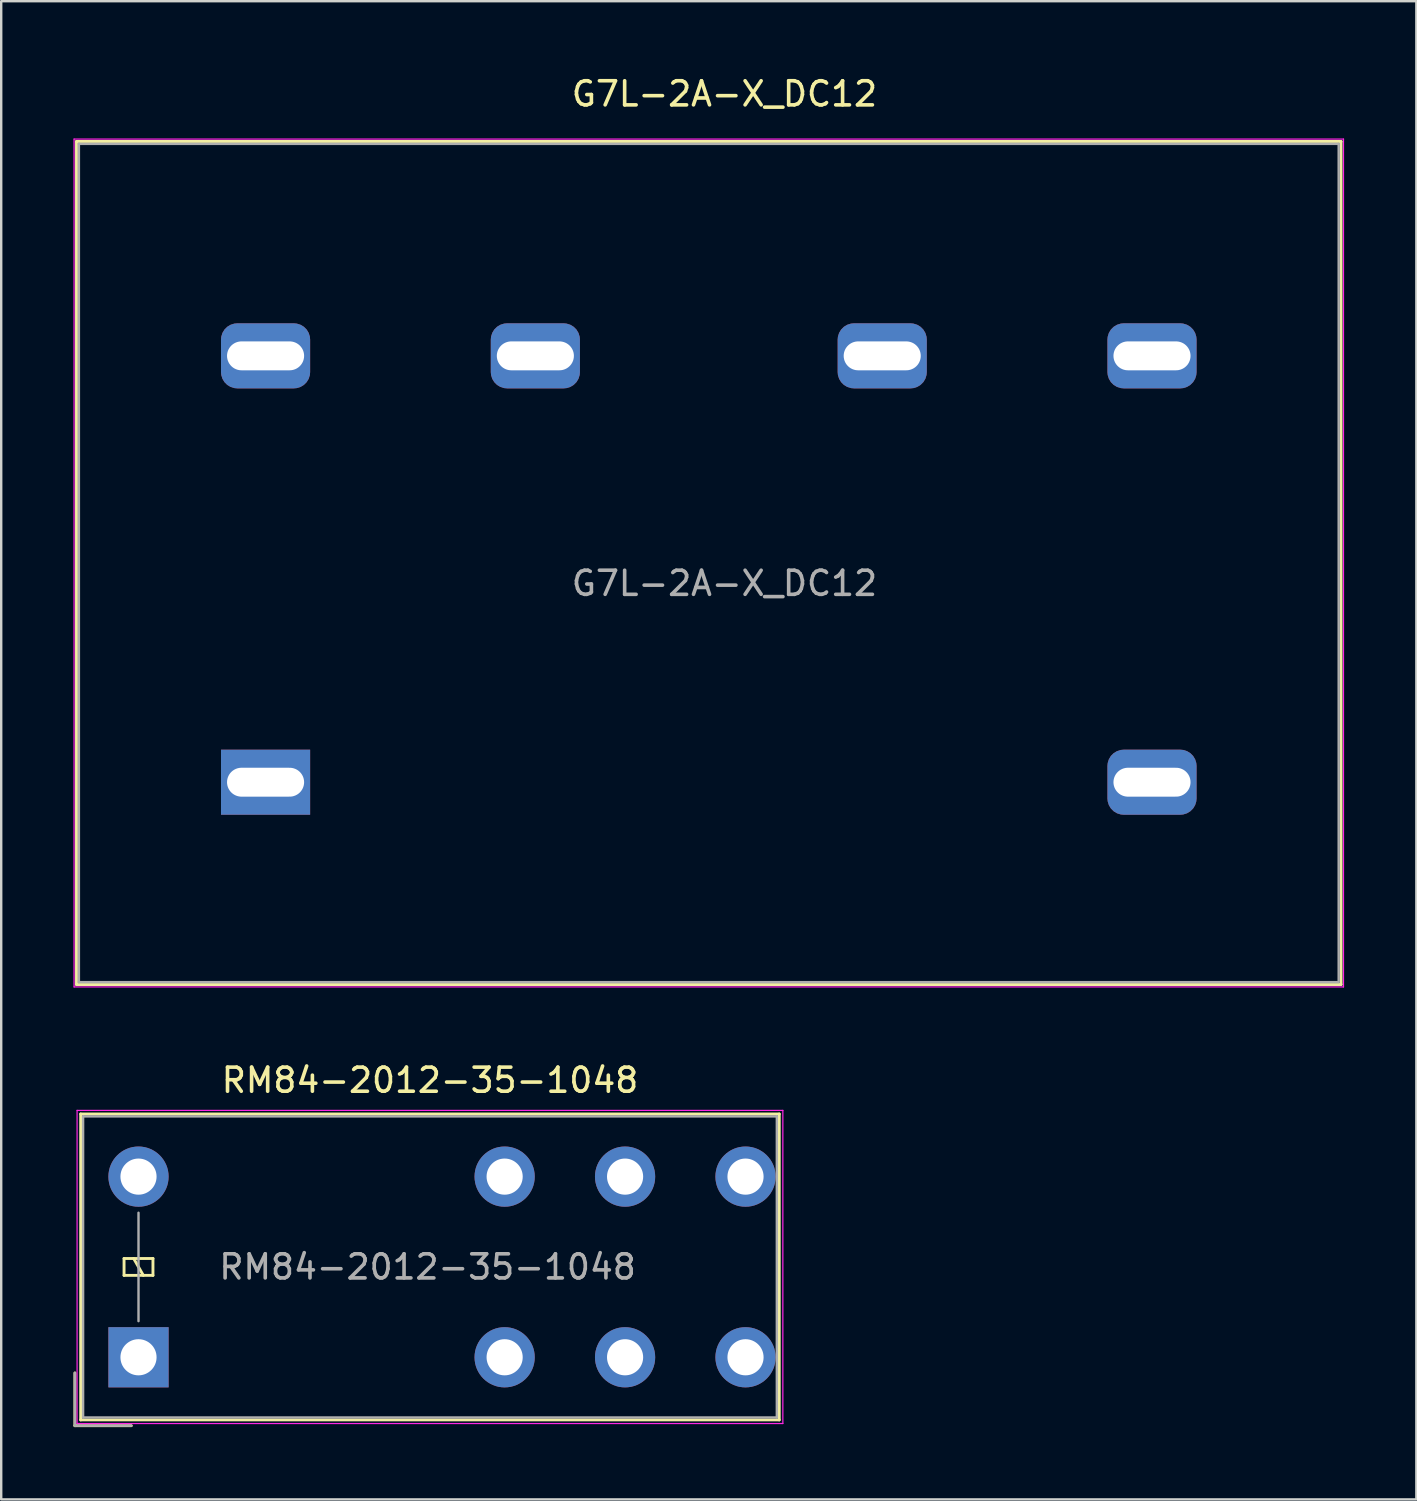
<source format=kicad_pcb>
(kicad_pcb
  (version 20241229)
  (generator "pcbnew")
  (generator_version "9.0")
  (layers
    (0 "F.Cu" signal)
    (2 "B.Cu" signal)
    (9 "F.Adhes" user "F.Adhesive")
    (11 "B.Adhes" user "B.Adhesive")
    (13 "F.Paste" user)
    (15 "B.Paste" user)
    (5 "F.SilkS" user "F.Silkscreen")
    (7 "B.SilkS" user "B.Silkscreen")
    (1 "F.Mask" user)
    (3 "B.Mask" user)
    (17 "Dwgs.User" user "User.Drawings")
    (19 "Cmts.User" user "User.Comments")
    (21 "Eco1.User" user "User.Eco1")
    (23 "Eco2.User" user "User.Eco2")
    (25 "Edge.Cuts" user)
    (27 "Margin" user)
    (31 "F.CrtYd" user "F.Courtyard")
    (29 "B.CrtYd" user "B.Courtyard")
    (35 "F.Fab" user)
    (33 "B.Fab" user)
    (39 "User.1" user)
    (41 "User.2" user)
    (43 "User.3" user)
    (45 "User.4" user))
  (footprint "G7L-2A-X_DC12"
    (layer "F.Cu")
    (at 7.975 29.423)
    (property "Reference" "G7L-2A-X_DC12" (at 19.05 -28.575 180) (layer "F.SilkS") (effects (font (size 1 1) (thickness 0.15))))
    (attr through_hole)
    (fp_line (start -7.85 -26.6) (end -7.85 8.4) (stroke (width 0.12) (type solid)) (layer "F.SilkS"))
    (fp_line (start -7.85 8.4) (end 44.65 8.4) (stroke (width 0.12) (type solid)) (layer "F.SilkS"))
    (fp_line (start 44.65 -26.6) (end -7.85 -26.6) (stroke (width 0.12) (type solid)) (layer "F.SilkS"))
    (fp_line (start 44.65 8.4) (end 44.65 -26.6) (stroke (width 0.12) (type solid)) (layer "F.SilkS"))
    (fp_line (start -7.95 -26.7) (end -7.95 8.5) (stroke (width 0.05) (type solid)) (layer "F.CrtYd"))
    (fp_line (start -7.95 8.5) (end 44.75 8.5) (stroke (width 0.05) (type solid)) (layer "F.CrtYd"))
    (fp_line (start 44.75 -26.7) (end -7.95 -26.7) (stroke (width 0.05) (type solid)) (layer "F.CrtYd"))
    (fp_line (start 44.75 8.5) (end 44.75 -26.7) (stroke (width 0.05) (type solid)) (layer "F.CrtYd"))
    (fp_line (start -7.75 -26.5) (end -7.75 8.3) (stroke (width 0.1) (type solid)) (layer "F.Fab"))
    (fp_line (start -7.75 8.3) (end 44.55 8.3) (stroke (width 0.1) (type solid)) (layer "F.Fab"))
    (fp_line (start 44.55 -26.5) (end -7.75 -26.5) (stroke (width 0.1) (type solid)) (layer "F.Fab"))
    (fp_line (start 44.55 8.255) (end 44.55 -26.5) (stroke (width 0.1) (type solid)) (layer "F.Fab"))
    (fp_text user "${REFERENCE}" (at 19.05 -8.255 180) (layer "F.Fab") (effects (font (size 1 1) (thickness 0.15))))
    (pad "0" thru_hole rect (at 0 0 90) (size 2.7 3.7) (drill oval 1.2 3.2) (layers "*.Cu" "*.Mask"))
    (pad "1" thru_hole roundrect (at 36.8 0 90) (size 2.7 3.7) (drill oval 1.2 3.2) (layers "*.Cu" "*.Mask") (roundrect_rratio 0.25))
    (pad "2" thru_hole roundrect (at 0 -17.7 90) (size 2.7 3.7) (drill oval 1.2 3.2) (layers "*.Cu" "*.Mask") (roundrect_rratio 0.25))
    (pad "4" thru_hole roundrect (at 11.2 -17.7 90) (size 2.7 3.7) (drill oval 1.2 3.2) (layers "*.Cu" "*.Mask") (roundrect_rratio 0.25))
    (pad "6" thru_hole roundrect (at 25.6 -17.7 90) (size 2.7 3.7) (drill oval 1.2 3.2) (layers "*.Cu" "*.Mask") (roundrect_rratio 0.25))
    (pad "8" thru_hole roundrect (at 36.8 -17.7 90) (size 2.7 3.7) (drill oval 1.2 3.2) (layers "*.Cu" "*.Mask") (roundrect_rratio 0.25)))
  (footprint "RM84-2012-35-1048"
    (layer "F.Cu")
    (at 2.7 53.297)
    (property "Reference" "RM84-2012-35-1048" (at 12.1 -11.5 180) (layer "F.SilkS") (effects (font (size 1 1) (thickness 0.15))))
    (attr through_hole)
    (fp_line (start -2.64 2.84) (end -2.64 0.65) (stroke (width 0.12) (type solid)) (layer "F.SilkS"))
    (fp_line (start -2.4 -10.1) (end -2.4 2.6) (stroke (width 0.12) (type solid)) (layer "F.SilkS"))
    (fp_line (start -2.4 2.6) (end 26.6 2.6) (stroke (width 0.12) (type solid)) (layer "F.SilkS"))
    (fp_line (start -0.6 -4.1) (end -0.6 -3.4) (stroke (width 0.12) (type solid)) (layer "F.SilkS"))
    (fp_line (start -0.6 -3.4) (end 0.6 -3.4) (stroke (width 0.12) (type solid)) (layer "F.SilkS"))
    (fp_line (start -0.3 2.84) (end -2.64 2.84) (stroke (width 0.12) (type solid)) (layer "F.SilkS"))
    (fp_line (start 0.2 -3.4) (end -0.2 -4.1) (stroke (width 0.12) (type solid)) (layer "F.SilkS"))
    (fp_line (start 0.6 -4.1) (end -0.6 -4.1) (stroke (width 0.12) (type solid)) (layer "F.SilkS"))
    (fp_line (start 0.6 -3.4) (end 0.6 -4.1) (stroke (width 0.12) (type solid)) (layer "F.SilkS"))
    (fp_line (start 26.6 -10.1) (end -2.4 -10.1) (stroke (width 0.12) (type solid)) (layer "F.SilkS"))
    (fp_line (start 26.6 2.6) (end 26.6 -10.1) (stroke (width 0.12) (type solid)) (layer "F.SilkS"))
    (fp_line (start -2.55 -10.25) (end -2.55 2.75) (stroke (width 0.05) (type solid)) (layer "F.CrtYd"))
    (fp_line (start -2.55 2.75) (end 26.75 2.75) (stroke (width 0.05) (type solid)) (layer "F.CrtYd"))
    (fp_line (start 26.75 -10.25) (end -2.55 -10.25) (stroke (width 0.05) (type solid)) (layer "F.CrtYd"))
    (fp_line (start 26.75 2.75) (end 26.75 -10.25) (stroke (width 0.05) (type solid)) (layer "F.CrtYd"))
    (fp_line (start -2.64 2.84) (end -2.64 0.65) (stroke (width 0.1) (type solid)) (layer "F.Fab"))
    (fp_line (start -2.3 -10) (end -2.3 2.5) (stroke (width 0.1) (type solid)) (layer "F.Fab"))
    (fp_line (start -2.3 2.5) (end 26.5 2.5) (stroke (width 0.1) (type solid)) (layer "F.Fab"))
    (fp_line (start -0.3 2.84) (end -2.64 2.84) (stroke (width 0.1) (type solid)) (layer "F.Fab"))
    (fp_line (start 0 -1.5) (end 0 -6) (stroke (width 0.1) (type solid)) (layer "F.Fab"))
    (fp_line (start 26.5 -10) (end -2.3 -10) (stroke (width 0.1) (type solid)) (layer "F.Fab"))
    (fp_line (start 26.5 2.5) (end 26.5 -10) (stroke (width 0.1) (type solid)) (layer "F.Fab"))
    (fp_text user "${REFERENCE}" (at 12 -3.75 180) (layer "F.Fab") (effects (font (size 1 1) (thickness 0.15))))
    (pad "1" thru_hole rect (at 0 0 90) (size 2.5 2.5) (drill 1.5) (layers "*.Cu" "*.Mask"))
    (pad "2" thru_hole oval (at 15.2 0 90) (size 2.5 2.5) (drill 1.5) (layers "*.Cu" "*.Mask"))
    (pad "3" thru_hole oval (at 20.2 0 90) (size 2.5 2.5) (drill 1.5) (layers "*.Cu" "*.Mask"))
    (pad "4" thru_hole oval (at 25.2 0 90) (size 2.5 2.5) (drill 1.5) (layers "*.Cu" "*.Mask"))
    (pad "5" thru_hole oval (at 25.2 -7.5 90) (size 2.5 2.5) (drill 1.5) (layers "*.Cu" "*.Mask"))
    (pad "6" thru_hole oval (at 20.2 -7.5 90) (size 2.5 2.5) (drill 1.5) (layers "*.Cu" "*.Mask"))
    (pad "7" thru_hole oval (at 15.2 -7.5 90) (size 2.5 2.5) (drill 1.5) (layers "*.Cu" "*.Mask"))
    (pad "8" thru_hole oval (at 0 -7.5 90) (size 2.5 2.5) (drill 1.5) (layers "*.Cu" "*.Mask")))
  (gr_rect
    (start -3 -3)
    (end 55.75 59.197)
    (stroke (width 0.1) (type default))
    (fill no)
    (layer "Edge.Cuts")))
</source>
